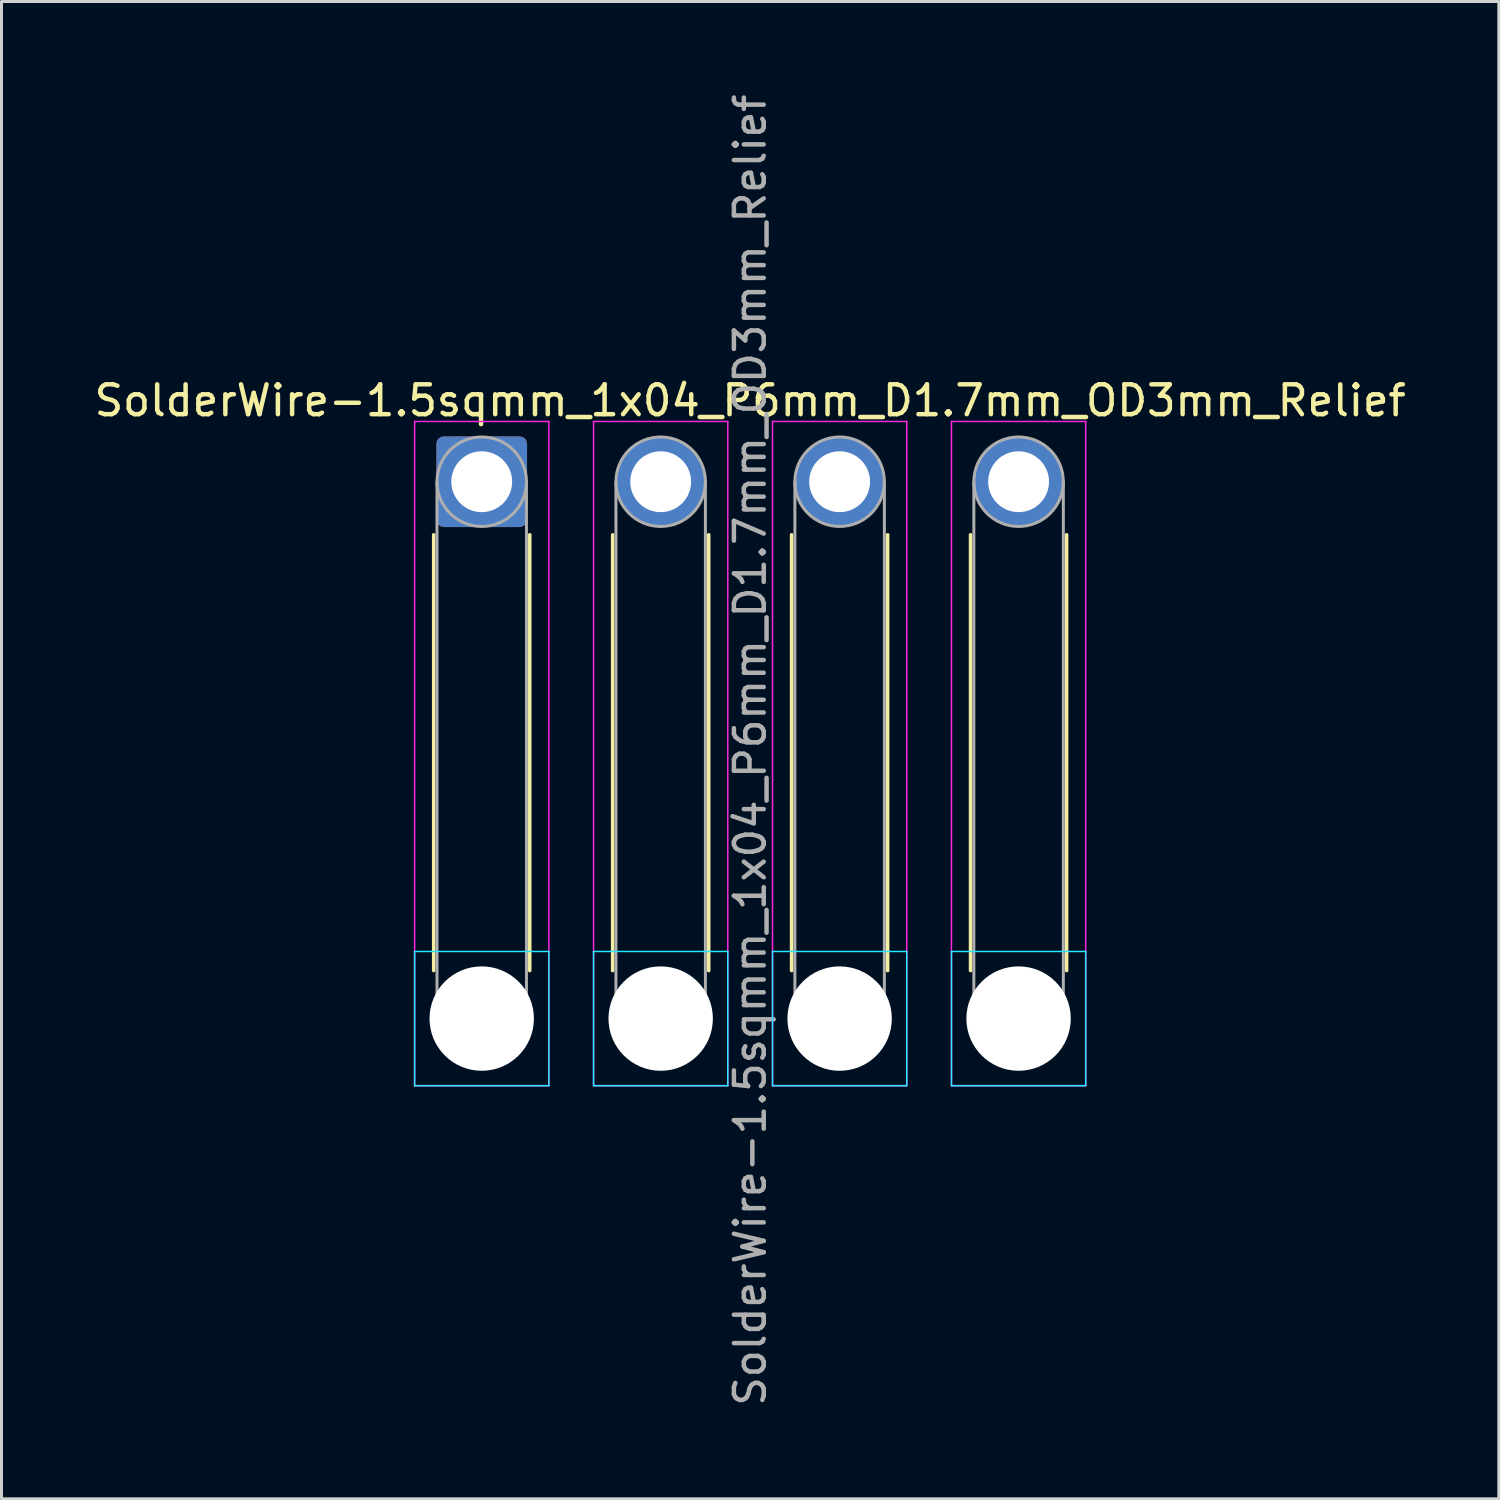
<source format=kicad_pcb>
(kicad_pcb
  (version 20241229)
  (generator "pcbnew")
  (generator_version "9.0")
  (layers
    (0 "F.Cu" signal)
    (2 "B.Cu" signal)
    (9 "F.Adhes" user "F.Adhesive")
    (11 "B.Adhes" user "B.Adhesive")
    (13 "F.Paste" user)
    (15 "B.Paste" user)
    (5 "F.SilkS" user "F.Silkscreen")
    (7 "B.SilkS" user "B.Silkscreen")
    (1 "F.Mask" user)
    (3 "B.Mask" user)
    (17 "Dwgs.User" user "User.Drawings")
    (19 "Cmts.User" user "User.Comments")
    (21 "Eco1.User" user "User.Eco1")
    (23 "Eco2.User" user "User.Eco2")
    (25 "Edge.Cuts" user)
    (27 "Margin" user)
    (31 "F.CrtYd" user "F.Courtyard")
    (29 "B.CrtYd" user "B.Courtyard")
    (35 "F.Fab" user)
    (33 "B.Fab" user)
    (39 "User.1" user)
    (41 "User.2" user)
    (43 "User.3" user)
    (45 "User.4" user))
  (footprint "SolderWire-1.5sqmm_1x04_P6mm_D1.7mm_OD3mm_Relief"
    (layer "F.Cu")
    (at 13.101 13.101)
    (property "Reference" "SolderWire-1.5sqmm_1x04_P6mm_D1.7mm_OD3mm_Relief" (at 9 -2.72 0) (layer "F.SilkS") (effects (font (size 1 1) (thickness 0.15))))
    (attr exclude_from_pos_files exclude_from_bom)
    (fp_line (start -1.61 1.78) (end -1.61 16.39) (stroke (width 0.12) (type solid)) (layer "F.SilkS"))
    (fp_line (start 1.61 1.78) (end 1.61 16.39) (stroke (width 0.12) (type solid)) (layer "F.SilkS"))
    (fp_line (start 4.39 1.78) (end 4.39 16.39) (stroke (width 0.12) (type solid)) (layer "F.SilkS"))
    (fp_line (start 7.61 1.78) (end 7.61 16.39) (stroke (width 0.12) (type solid)) (layer "F.SilkS"))
    (fp_line (start 10.39 1.78) (end 10.39 16.39) (stroke (width 0.12) (type solid)) (layer "F.SilkS"))
    (fp_line (start 13.61 1.78) (end 13.61 16.39) (stroke (width 0.12) (type solid)) (layer "F.SilkS"))
    (fp_line (start 16.39 1.78) (end 16.39 16.39) (stroke (width 0.12) (type solid)) (layer "F.SilkS"))
    (fp_line (start 19.61 1.78) (end 19.61 16.39) (stroke (width 0.12) (type solid)) (layer "F.SilkS"))
    (fp_line (start -2.25 15.75) (end -2.25 20.25) (stroke (width 0.05) (type solid)) (layer "B.CrtYd"))
    (fp_line (start -2.25 20.25) (end 2.25 20.25) (stroke (width 0.05) (type solid)) (layer "B.CrtYd"))
    (fp_line (start 2.25 15.75) (end -2.25 15.75) (stroke (width 0.05) (type solid)) (layer "B.CrtYd"))
    (fp_line (start 2.25 20.25) (end 2.25 15.75) (stroke (width 0.05) (type solid)) (layer "B.CrtYd"))
    (fp_line (start 3.75 15.75) (end 3.75 20.25) (stroke (width 0.05) (type solid)) (layer "B.CrtYd"))
    (fp_line (start 3.75 20.25) (end 8.25 20.25) (stroke (width 0.05) (type solid)) (layer "B.CrtYd"))
    (fp_line (start 8.25 15.75) (end 3.75 15.75) (stroke (width 0.05) (type solid)) (layer "B.CrtYd"))
    (fp_line (start 8.25 20.25) (end 8.25 15.75) (stroke (width 0.05) (type solid)) (layer "B.CrtYd"))
    (fp_line (start 9.75 15.75) (end 9.75 20.25) (stroke (width 0.05) (type solid)) (layer "B.CrtYd"))
    (fp_line (start 9.75 20.25) (end 14.25 20.25) (stroke (width 0.05) (type solid)) (layer "B.CrtYd"))
    (fp_line (start 14.25 15.75) (end 9.75 15.75) (stroke (width 0.05) (type solid)) (layer "B.CrtYd"))
    (fp_line (start 14.25 20.25) (end 14.25 15.75) (stroke (width 0.05) (type solid)) (layer "B.CrtYd"))
    (fp_line (start 15.75 15.75) (end 15.75 20.25) (stroke (width 0.05) (type solid)) (layer "B.CrtYd"))
    (fp_line (start 15.75 20.25) (end 20.25 20.25) (stroke (width 0.05) (type solid)) (layer "B.CrtYd"))
    (fp_line (start 20.25 15.75) (end 15.75 15.75) (stroke (width 0.05) (type solid)) (layer "B.CrtYd"))
    (fp_line (start 20.25 20.25) (end 20.25 15.75) (stroke (width 0.05) (type solid)) (layer "B.CrtYd"))
    (fp_line (start -2.25 -2.02) (end -2.25 20.25) (stroke (width 0.05) (type solid)) (layer "F.CrtYd"))
    (fp_line (start -2.25 20.25) (end 2.25 20.25) (stroke (width 0.05) (type solid)) (layer "F.CrtYd"))
    (fp_line (start 2.25 -2.02) (end -2.25 -2.02) (stroke (width 0.05) (type solid)) (layer "F.CrtYd"))
    (fp_line (start 2.25 20.25) (end 2.25 -2.02) (stroke (width 0.05) (type solid)) (layer "F.CrtYd"))
    (fp_line (start 3.75 -2.02) (end 3.75 20.25) (stroke (width 0.05) (type solid)) (layer "F.CrtYd"))
    (fp_line (start 3.75 20.25) (end 8.25 20.25) (stroke (width 0.05) (type solid)) (layer "F.CrtYd"))
    (fp_line (start 8.25 -2.02) (end 3.75 -2.02) (stroke (width 0.05) (type solid)) (layer "F.CrtYd"))
    (fp_line (start 8.25 20.25) (end 8.25 -2.02) (stroke (width 0.05) (type solid)) (layer "F.CrtYd"))
    (fp_line (start 9.75 -2.02) (end 9.75 20.25) (stroke (width 0.05) (type solid)) (layer "F.CrtYd"))
    (fp_line (start 9.75 20.25) (end 14.25 20.25) (stroke (width 0.05) (type solid)) (layer "F.CrtYd"))
    (fp_line (start 14.25 -2.02) (end 9.75 -2.02) (stroke (width 0.05) (type solid)) (layer "F.CrtYd"))
    (fp_line (start 14.25 20.25) (end 14.25 -2.02) (stroke (width 0.05) (type solid)) (layer "F.CrtYd"))
    (fp_line (start 15.75 -2.02) (end 15.75 20.25) (stroke (width 0.05) (type solid)) (layer "F.CrtYd"))
    (fp_line (start 15.75 20.25) (end 20.25 20.25) (stroke (width 0.05) (type solid)) (layer "F.CrtYd"))
    (fp_line (start 20.25 -2.02) (end 15.75 -2.02) (stroke (width 0.05) (type solid)) (layer "F.CrtYd"))
    (fp_line (start 20.25 20.25) (end 20.25 -2.02) (stroke (width 0.05) (type solid)) (layer "F.CrtYd"))
    (fp_line (start -1.5 0) (end -1.5 18) (stroke (width 0.1) (type solid)) (layer "F.Fab"))
    (fp_line (start 1.5 0) (end 1.5 18) (stroke (width 0.1) (type solid)) (layer "F.Fab"))
    (fp_line (start 4.5 0) (end 4.5 18) (stroke (width 0.1) (type solid)) (layer "F.Fab"))
    (fp_line (start 7.5 0) (end 7.5 18) (stroke (width 0.1) (type solid)) (layer "F.Fab"))
    (fp_line (start 10.5 0) (end 10.5 18) (stroke (width 0.1) (type solid)) (layer "F.Fab"))
    (fp_line (start 13.5 0) (end 13.5 18) (stroke (width 0.1) (type solid)) (layer "F.Fab"))
    (fp_line (start 16.5 0) (end 16.5 18) (stroke (width 0.1) (type solid)) (layer "F.Fab"))
    (fp_line (start 19.5 0) (end 19.5 18) (stroke (width 0.1) (type solid)) (layer "F.Fab"))
    (fp_circle (center 0 0) (end 1.5 0) (stroke (width 0.1) (type solid)) (fill no) (layer "F.Fab"))
    (fp_circle (center 0 18) (end 1.5 18) (stroke (width 0.1) (type solid)) (fill no) (layer "F.Fab"))
    (fp_circle (center 6 0) (end 7.5 0) (stroke (width 0.1) (type solid)) (fill no) (layer "F.Fab"))
    (fp_circle (center 6 18) (end 7.5 18) (stroke (width 0.1) (type solid)) (fill no) (layer "F.Fab"))
    (fp_circle (center 12 0) (end 13.5 0) (stroke (width 0.1) (type solid)) (fill no) (layer "F.Fab"))
    (fp_circle (center 12 18) (end 13.5 18) (stroke (width 0.1) (type solid)) (fill no) (layer "F.Fab"))
    (fp_circle (center 18 0) (end 19.5 0) (stroke (width 0.1) (type solid)) (fill no) (layer "F.Fab"))
    (fp_circle (center 18 18) (end 19.5 18) (stroke (width 0.1) (type solid)) (fill no) (layer "F.Fab"))
    (fp_text user "${REFERENCE}" (at 9 9 90) (layer "F.Fab") (effects (font (size 1 1) (thickness 0.15))))
    (pad "" np_thru_hole circle (at 0 18) (size 3.5 3.5) (drill 3.5) (layers "*.Cu" "*.Mask"))
    (pad "" np_thru_hole circle (at 6 18) (size 3.5 3.5) (drill 3.5) (layers "*.Cu" "*.Mask"))
    (pad "" np_thru_hole circle (at 12 18) (size 3.5 3.5) (drill 3.5) (layers "*.Cu" "*.Mask"))
    (pad "" np_thru_hole circle (at 18 18) (size 3.5 3.5) (drill 3.5) (layers "*.Cu" "*.Mask"))
    (pad "1" thru_hole roundrect (at 0 0) (size 3.04 3.04) (drill 2.04) (layers "*.Cu" "*.Mask") (roundrect_rratio 0.082))
    (pad "2" thru_hole circle (at 6 0) (size 3.04 3.04) (drill 2.04) (layers "*.Cu" "*.Mask"))
    (pad "3" thru_hole circle (at 12 0) (size 3.04 3.04) (drill 2.04) (layers "*.Cu" "*.Mask"))
    (pad "4" thru_hole circle (at 18 0) (size 3.04 3.04) (drill 2.04) (layers "*.Cu" "*.Mask")))
  (gr_rect
    (start -3 -3)
    (end 47.202 47.202)
    (stroke (width 0.1) (type default))
    (fill no)
    (layer "Edge.Cuts")))
</source>
